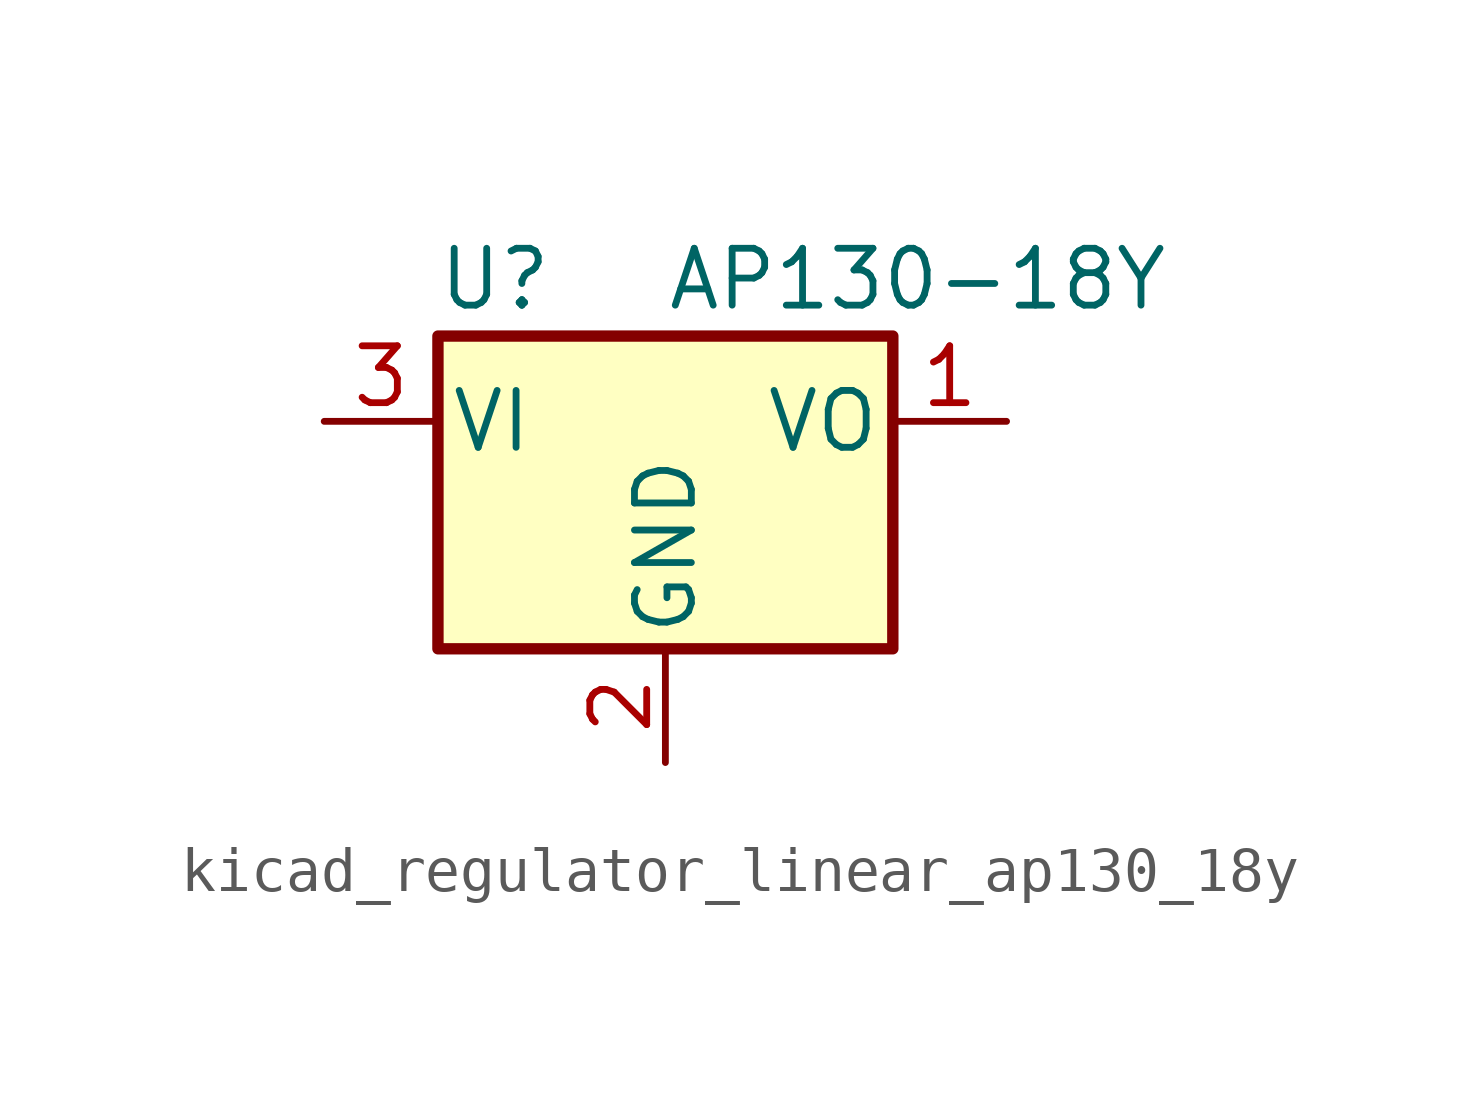
<source format=kicad_sym>
(kicad_symbol_lib
  (version 20220914)
  (generator kicad_symbol_editor)
  (symbol "kicad_regulator_linear_ap130_18y"
    (pin_names
      (offset 0.254))
    (property "Reference" "U"
      (at -3.81 3.175 0)
      (effects (font (size 1.27 1.27))))
    (property "Value" "AP130-18Y"
      (at 0 3.175 0)
      (effects (font (size 1.27 1.27)) (justify left)))
    (symbol "kicad_regulator_linear_ap130_18y_0_1"
      (rectangle (start -5.08 1.905) (end 5.08 -5.08) (stroke (width 0.254) (type default)) (fill (type background))))
    (symbol "kicad_regulator_linear_ap130_18y_1_1"
      (pin power_out line (at 7.62 0 180) (length 2.54) (name "VO" (effects (font (size 1.27 1.27)))) (number "1" (effects (font (size 1.27 1.27)))))
      (pin power_in line (at 0 -7.62 90) (length 2.54) (name "GND" (effects (font (size 1.27 1.27)))) (number "2" (effects (font (size 1.27 1.27)))))
      (pin power_in line (at -7.62 0 0) (length 2.54) (name "VI" (effects (font (size 1.27 1.27)))) (number "3" (effects (font (size 1.27 1.27))))))))
</source>
